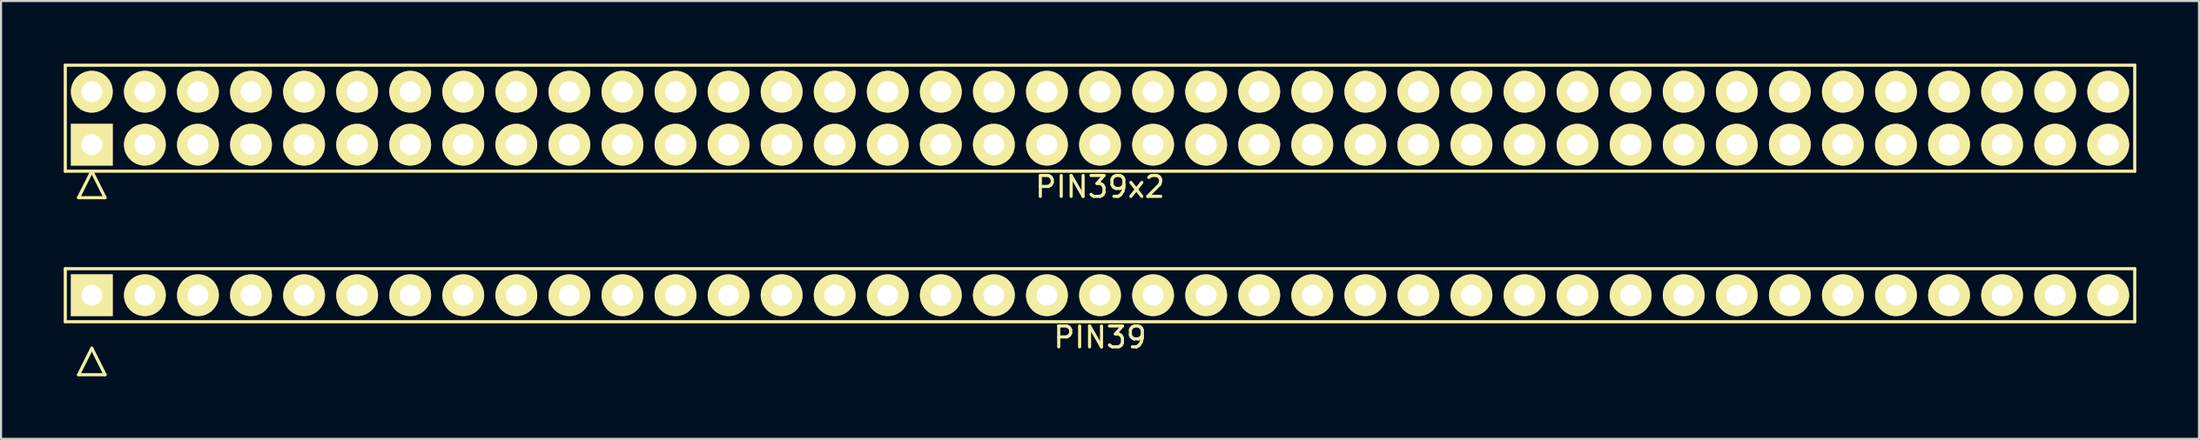
<source format=kicad_pcb>
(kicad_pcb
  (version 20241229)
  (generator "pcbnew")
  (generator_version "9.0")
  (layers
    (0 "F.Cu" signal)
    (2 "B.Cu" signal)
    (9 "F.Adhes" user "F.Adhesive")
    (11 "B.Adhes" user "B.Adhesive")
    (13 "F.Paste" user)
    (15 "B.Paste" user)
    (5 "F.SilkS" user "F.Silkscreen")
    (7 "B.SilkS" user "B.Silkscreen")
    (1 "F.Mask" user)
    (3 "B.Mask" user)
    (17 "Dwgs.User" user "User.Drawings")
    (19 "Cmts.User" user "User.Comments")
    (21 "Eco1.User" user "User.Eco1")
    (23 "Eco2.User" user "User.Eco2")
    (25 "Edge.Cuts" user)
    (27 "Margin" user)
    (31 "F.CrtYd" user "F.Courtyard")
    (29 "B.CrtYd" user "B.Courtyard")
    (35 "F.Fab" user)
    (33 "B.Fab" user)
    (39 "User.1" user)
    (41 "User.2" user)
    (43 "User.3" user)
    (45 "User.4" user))
  (footprint "PIN39"
    (layer "F.Cu")
    (at 49.605 11.098)
    (property "Reference" "PIN39" (at 0 2.02 0) (layer "F.SilkS") (effects (font (size 1 1) (thickness 0.15))))
    (attr through_hole)
    (fp_line (start -49.53 -1.27) (end -49.53 1.27) (stroke (width 0.15) (type solid)) (layer "F.SilkS"))
    (fp_line (start -49.53 1.27) (end 49.53 1.27) (stroke (width 0.15) (type solid)) (layer "F.SilkS"))
    (fp_line (start -48.895 3.81) (end -48.26 2.54) (stroke (width 0.15) (type solid)) (layer "F.SilkS"))
    (fp_line (start -48.895 3.81) (end -47.625 3.81) (stroke (width 0.15) (type solid)) (layer "F.SilkS"))
    (fp_line (start -47.625 3.81) (end -48.26 2.54) (stroke (width 0.15) (type solid)) (layer "F.SilkS"))
    (fp_line (start 49.53 -1.27) (end -49.53 -1.27) (stroke (width 0.15) (type solid)) (layer "F.SilkS"))
    (fp_line (start 49.53 1.27) (end 49.53 -1.27) (stroke (width 0.15) (type solid)) (layer "F.SilkS"))
    (pad "1" thru_hole rect (at -48.26 0) (size 2 2) (drill 1) (layers "*.Cu" "*.Mask" "F.SilkS"))
    (pad "2" thru_hole circle (at -45.72 0) (size 2 2) (drill 1) (layers "*.Cu" "*.Mask" "F.SilkS"))
    (pad "3" thru_hole circle (at -43.18 0) (size 2 2) (drill 1) (layers "*.Cu" "*.Mask" "F.SilkS"))
    (pad "4" thru_hole circle (at -40.64 0) (size 2 2) (drill 1) (layers "*.Cu" "*.Mask" "F.SilkS"))
    (pad "5" thru_hole circle (at -38.1 0) (size 2 2) (drill 1) (layers "*.Cu" "*.Mask" "F.SilkS"))
    (pad "6" thru_hole circle (at -35.56 0) (size 2 2) (drill 1) (layers "*.Cu" "*.Mask" "F.SilkS"))
    (pad "7" thru_hole circle (at -33.02 0) (size 2 2) (drill 1) (layers "*.Cu" "*.Mask" "F.SilkS"))
    (pad "8" thru_hole circle (at -30.48 0) (size 2 2) (drill 1) (layers "*.Cu" "*.Mask" "F.SilkS"))
    (pad "9" thru_hole circle (at -27.94 0) (size 2 2) (drill 1) (layers "*.Cu" "*.Mask" "F.SilkS"))
    (pad "10" thru_hole circle (at -25.4 0) (size 2 2) (drill 1) (layers "*.Cu" "*.Mask" "F.SilkS"))
    (pad "11" thru_hole circle (at -22.86 0) (size 2 2) (drill 1) (layers "*.Cu" "*.Mask" "F.SilkS"))
    (pad "12" thru_hole circle (at -20.32 0) (size 2 2) (drill 1) (layers "*.Cu" "*.Mask" "F.SilkS"))
    (pad "13" thru_hole circle (at -17.78 0) (size 2 2) (drill 1) (layers "*.Cu" "*.Mask" "F.SilkS"))
    (pad "14" thru_hole circle (at -15.24 0) (size 2 2) (drill 1) (layers "*.Cu" "*.Mask" "F.SilkS"))
    (pad "15" thru_hole circle (at -12.7 0) (size 2 2) (drill 1) (layers "*.Cu" "*.Mask" "F.SilkS"))
    (pad "16" thru_hole circle (at -10.16 0) (size 2 2) (drill 1) (layers "*.Cu" "*.Mask" "F.SilkS"))
    (pad "17" thru_hole circle (at -7.62 0) (size 2 2) (drill 1) (layers "*.Cu" "*.Mask" "F.SilkS"))
    (pad "18" thru_hole circle (at -5.08 0) (size 2 2) (drill 1) (layers "*.Cu" "*.Mask" "F.SilkS"))
    (pad "19" thru_hole circle (at -2.54 0) (size 2 2) (drill 1) (layers "*.Cu" "*.Mask" "F.SilkS"))
    (pad "20" thru_hole circle (at 0 0) (size 2 2) (drill 1) (layers "*.Cu" "*.Mask" "F.SilkS"))
    (pad "21" thru_hole circle (at 2.54 0) (size 2 2) (drill 1) (layers "*.Cu" "*.Mask" "F.SilkS"))
    (pad "22" thru_hole circle (at 5.08 0) (size 2 2) (drill 1) (layers "*.Cu" "*.Mask" "F.SilkS"))
    (pad "23" thru_hole circle (at 7.62 0) (size 2 2) (drill 1) (layers "*.Cu" "*.Mask" "F.SilkS"))
    (pad "24" thru_hole circle (at 10.16 0) (size 2 2) (drill 1) (layers "*.Cu" "*.Mask" "F.SilkS"))
    (pad "25" thru_hole circle (at 12.7 0) (size 2 2) (drill 1) (layers "*.Cu" "*.Mask" "F.SilkS"))
    (pad "26" thru_hole circle (at 15.24 0) (size 2 2) (drill 1) (layers "*.Cu" "*.Mask" "F.SilkS"))
    (pad "27" thru_hole circle (at 17.78 0) (size 2 2) (drill 1) (layers "*.Cu" "*.Mask" "F.SilkS"))
    (pad "28" thru_hole circle (at 20.32 0) (size 2 2) (drill 1) (layers "*.Cu" "*.Mask" "F.SilkS"))
    (pad "29" thru_hole circle (at 22.86 0) (size 2 2) (drill 1) (layers "*.Cu" "*.Mask" "F.SilkS"))
    (pad "30" thru_hole circle (at 25.4 0) (size 2 2) (drill 1) (layers "*.Cu" "*.Mask" "F.SilkS"))
    (pad "31" thru_hole circle (at 27.94 0) (size 2 2) (drill 1) (layers "*.Cu" "*.Mask" "F.SilkS"))
    (pad "32" thru_hole circle (at 30.48 0) (size 2 2) (drill 1) (layers "*.Cu" "*.Mask" "F.SilkS"))
    (pad "33" thru_hole circle (at 33.02 0) (size 2 2) (drill 1) (layers "*.Cu" "*.Mask" "F.SilkS"))
    (pad "34" thru_hole circle (at 35.56 0) (size 2 2) (drill 1) (layers "*.Cu" "*.Mask" "F.SilkS"))
    (pad "35" thru_hole circle (at 38.1 0) (size 2 2) (drill 1) (layers "*.Cu" "*.Mask" "F.SilkS"))
    (pad "36" thru_hole circle (at 40.64 0) (size 2 2) (drill 1) (layers "*.Cu" "*.Mask" "F.SilkS"))
    (pad "37" thru_hole circle (at 43.18 0) (size 2 2) (drill 1) (layers "*.Cu" "*.Mask" "F.SilkS"))
    (pad "38" thru_hole circle (at 45.72 0) (size 2 2) (drill 1) (layers "*.Cu" "*.Mask" "F.SilkS"))
    (pad "39" thru_hole circle (at 48.26 0) (size 2 2) (drill 1) (layers "*.Cu" "*.Mask" "F.SilkS")))
  (footprint "PIN39x2"
    (layer "F.Cu")
    (at 49.605 2.615)
    (property "Reference" "PIN39x2" (at 0 3.29 0) (layer "F.SilkS") (effects (font (size 1 1) (thickness 0.15))))
    (attr through_hole)
    (fp_line (start -49.53 -2.54) (end -49.53 2.54) (stroke (width 0.15) (type solid)) (layer "F.SilkS"))
    (fp_line (start -49.53 2.54) (end 49.53 2.54) (stroke (width 0.15) (type solid)) (layer "F.SilkS"))
    (fp_line (start -48.895 3.81) (end -48.26 2.54) (stroke (width 0.15) (type solid)) (layer "F.SilkS"))
    (fp_line (start -48.895 3.81) (end -47.625 3.81) (stroke (width 0.15) (type solid)) (layer "F.SilkS"))
    (fp_line (start -47.625 3.81) (end -48.26 2.54) (stroke (width 0.15) (type solid)) (layer "F.SilkS"))
    (fp_line (start 49.53 -2.54) (end -49.53 -2.54) (stroke (width 0.15) (type solid)) (layer "F.SilkS"))
    (fp_line (start 49.53 2.54) (end 49.53 -2.54) (stroke (width 0.15) (type solid)) (layer "F.SilkS"))
    (pad "1" thru_hole rect (at -48.26 1.27) (size 2 2) (drill 1) (layers "*.Cu" "*.Mask" "F.SilkS"))
    (pad "2" thru_hole circle (at -48.26 -1.27) (size 2 2) (drill 1) (layers "*.Cu" "*.Mask" "F.SilkS"))
    (pad "3" thru_hole circle (at -45.72 1.27) (size 2 2) (drill 1) (layers "*.Cu" "*.Mask" "F.SilkS"))
    (pad "4" thru_hole circle (at -45.72 -1.27) (size 2 2) (drill 1) (layers "*.Cu" "*.Mask" "F.SilkS"))
    (pad "5" thru_hole circle (at -43.18 1.27) (size 2 2) (drill 1) (layers "*.Cu" "*.Mask" "F.SilkS"))
    (pad "6" thru_hole circle (at -43.18 -1.27) (size 2 2) (drill 1) (layers "*.Cu" "*.Mask" "F.SilkS"))
    (pad "7" thru_hole circle (at -40.64 1.27) (size 2 2) (drill 1) (layers "*.Cu" "*.Mask" "F.SilkS"))
    (pad "8" thru_hole circle (at -40.64 -1.27) (size 2 2) (drill 1) (layers "*.Cu" "*.Mask" "F.SilkS"))
    (pad "9" thru_hole circle (at -38.1 1.27) (size 2 2) (drill 1) (layers "*.Cu" "*.Mask" "F.SilkS"))
    (pad "10" thru_hole circle (at -38.1 -1.27) (size 2 2) (drill 1) (layers "*.Cu" "*.Mask" "F.SilkS"))
    (pad "11" thru_hole circle (at -35.56 1.27) (size 2 2) (drill 1) (layers "*.Cu" "*.Mask" "F.SilkS"))
    (pad "12" thru_hole circle (at -35.56 -1.27) (size 2 2) (drill 1) (layers "*.Cu" "*.Mask" "F.SilkS"))
    (pad "13" thru_hole circle (at -33.02 1.27) (size 2 2) (drill 1) (layers "*.Cu" "*.Mask" "F.SilkS"))
    (pad "14" thru_hole circle (at -33.02 -1.27) (size 2 2) (drill 1) (layers "*.Cu" "*.Mask" "F.SilkS"))
    (pad "15" thru_hole circle (at -30.48 1.27) (size 2 2) (drill 1) (layers "*.Cu" "*.Mask" "F.SilkS"))
    (pad "16" thru_hole circle (at -30.48 -1.27) (size 2 2) (drill 1) (layers "*.Cu" "*.Mask" "F.SilkS"))
    (pad "17" thru_hole circle (at -27.94 1.27) (size 2 2) (drill 1) (layers "*.Cu" "*.Mask" "F.SilkS"))
    (pad "18" thru_hole circle (at -27.94 -1.27) (size 2 2) (drill 1) (layers "*.Cu" "*.Mask" "F.SilkS"))
    (pad "19" thru_hole circle (at -25.4 1.27) (size 2 2) (drill 1) (layers "*.Cu" "*.Mask" "F.SilkS"))
    (pad "20" thru_hole circle (at -25.4 -1.27) (size 2 2) (drill 1) (layers "*.Cu" "*.Mask" "F.SilkS"))
    (pad "21" thru_hole circle (at -22.86 1.27) (size 2 2) (drill 1) (layers "*.Cu" "*.Mask" "F.SilkS"))
    (pad "22" thru_hole circle (at -22.86 -1.27) (size 2 2) (drill 1) (layers "*.Cu" "*.Mask" "F.SilkS"))
    (pad "23" thru_hole circle (at -20.32 1.27) (size 2 2) (drill 1) (layers "*.Cu" "*.Mask" "F.SilkS"))
    (pad "24" thru_hole circle (at -20.32 -1.27) (size 2 2) (drill 1) (layers "*.Cu" "*.Mask" "F.SilkS"))
    (pad "25" thru_hole circle (at -17.78 1.27) (size 2 2) (drill 1) (layers "*.Cu" "*.Mask" "F.SilkS"))
    (pad "26" thru_hole circle (at -17.78 -1.27) (size 2 2) (drill 1) (layers "*.Cu" "*.Mask" "F.SilkS"))
    (pad "27" thru_hole circle (at -15.24 1.27) (size 2 2) (drill 1) (layers "*.Cu" "*.Mask" "F.SilkS"))
    (pad "28" thru_hole circle (at -15.24 -1.27) (size 2 2) (drill 1) (layers "*.Cu" "*.Mask" "F.SilkS"))
    (pad "29" thru_hole circle (at -12.7 1.27) (size 2 2) (drill 1) (layers "*.Cu" "*.Mask" "F.SilkS"))
    (pad "30" thru_hole circle (at -12.7 -1.27) (size 2 2) (drill 1) (layers "*.Cu" "*.Mask" "F.SilkS"))
    (pad "31" thru_hole circle (at -10.16 1.27) (size 2 2) (drill 1) (layers "*.Cu" "*.Mask" "F.SilkS"))
    (pad "32" thru_hole circle (at -10.16 -1.27) (size 2 2) (drill 1) (layers "*.Cu" "*.Mask" "F.SilkS"))
    (pad "33" thru_hole circle (at -7.62 1.27) (size 2 2) (drill 1) (layers "*.Cu" "*.Mask" "F.SilkS"))
    (pad "34" thru_hole circle (at -7.62 -1.27) (size 2 2) (drill 1) (layers "*.Cu" "*.Mask" "F.SilkS"))
    (pad "35" thru_hole circle (at -5.08 1.27) (size 2 2) (drill 1) (layers "*.Cu" "*.Mask" "F.SilkS"))
    (pad "36" thru_hole circle (at -5.08 -1.27) (size 2 2) (drill 1) (layers "*.Cu" "*.Mask" "F.SilkS"))
    (pad "37" thru_hole circle (at -2.54 1.27) (size 2 2) (drill 1) (layers "*.Cu" "*.Mask" "F.SilkS"))
    (pad "38" thru_hole circle (at -2.54 -1.27) (size 2 2) (drill 1) (layers "*.Cu" "*.Mask" "F.SilkS"))
    (pad "39" thru_hole circle (at 0 1.27) (size 2 2) (drill 1) (layers "*.Cu" "*.Mask" "F.SilkS"))
    (pad "40" thru_hole circle (at 0 -1.27) (size 2 2) (drill 1) (layers "*.Cu" "*.Mask" "F.SilkS"))
    (pad "41" thru_hole circle (at 2.54 1.27) (size 2 2) (drill 1) (layers "*.Cu" "*.Mask" "F.SilkS"))
    (pad "42" thru_hole circle (at 2.54 -1.27) (size 2 2) (drill 1) (layers "*.Cu" "*.Mask" "F.SilkS"))
    (pad "43" thru_hole circle (at 5.08 1.27) (size 2 2) (drill 1) (layers "*.Cu" "*.Mask" "F.SilkS"))
    (pad "44" thru_hole circle (at 5.08 -1.27) (size 2 2) (drill 1) (layers "*.Cu" "*.Mask" "F.SilkS"))
    (pad "45" thru_hole circle (at 7.62 1.27) (size 2 2) (drill 1) (layers "*.Cu" "*.Mask" "F.SilkS"))
    (pad "46" thru_hole circle (at 7.62 -1.27) (size 2 2) (drill 1) (layers "*.Cu" "*.Mask" "F.SilkS"))
    (pad "47" thru_hole circle (at 10.16 1.27) (size 2 2) (drill 1) (layers "*.Cu" "*.Mask" "F.SilkS"))
    (pad "48" thru_hole circle (at 10.16 -1.27) (size 2 2) (drill 1) (layers "*.Cu" "*.Mask" "F.SilkS"))
    (pad "49" thru_hole circle (at 12.7 1.27) (size 2 2) (drill 1) (layers "*.Cu" "*.Mask" "F.SilkS"))
    (pad "50" thru_hole circle (at 12.7 -1.27) (size 2 2) (drill 1) (layers "*.Cu" "*.Mask" "F.SilkS"))
    (pad "51" thru_hole circle (at 15.24 1.27) (size 2 2) (drill 1) (layers "*.Cu" "*.Mask" "F.SilkS"))
    (pad "52" thru_hole circle (at 15.24 -1.27) (size 2 2) (drill 1) (layers "*.Cu" "*.Mask" "F.SilkS"))
    (pad "53" thru_hole circle (at 17.78 1.27) (size 2 2) (drill 1) (layers "*.Cu" "*.Mask" "F.SilkS"))
    (pad "54" thru_hole circle (at 17.78 -1.27) (size 2 2) (drill 1) (layers "*.Cu" "*.Mask" "F.SilkS"))
    (pad "55" thru_hole circle (at 20.32 1.27) (size 2 2) (drill 1) (layers "*.Cu" "*.Mask" "F.SilkS"))
    (pad "56" thru_hole circle (at 20.32 -1.27) (size 2 2) (drill 1) (layers "*.Cu" "*.Mask" "F.SilkS"))
    (pad "57" thru_hole circle (at 22.86 1.27) (size 2 2) (drill 1) (layers "*.Cu" "*.Mask" "F.SilkS"))
    (pad "58" thru_hole circle (at 22.86 -1.27) (size 2 2) (drill 1) (layers "*.Cu" "*.Mask" "F.SilkS"))
    (pad "59" thru_hole circle (at 25.4 1.27) (size 2 2) (drill 1) (layers "*.Cu" "*.Mask" "F.SilkS"))
    (pad "60" thru_hole circle (at 25.4 -1.27) (size 2 2) (drill 1) (layers "*.Cu" "*.Mask" "F.SilkS"))
    (pad "61" thru_hole circle (at 27.94 1.27) (size 2 2) (drill 1) (layers "*.Cu" "*.Mask" "F.SilkS"))
    (pad "62" thru_hole circle (at 27.94 -1.27) (size 2 2) (drill 1) (layers "*.Cu" "*.Mask" "F.SilkS"))
    (pad "63" thru_hole circle (at 30.48 1.27) (size 2 2) (drill 1) (layers "*.Cu" "*.Mask" "F.SilkS"))
    (pad "64" thru_hole circle (at 30.48 -1.27) (size 2 2) (drill 1) (layers "*.Cu" "*.Mask" "F.SilkS"))
    (pad "65" thru_hole circle (at 33.02 1.27) (size 2 2) (drill 1) (layers "*.Cu" "*.Mask" "F.SilkS"))
    (pad "66" thru_hole circle (at 33.02 -1.27) (size 2 2) (drill 1) (layers "*.Cu" "*.Mask" "F.SilkS"))
    (pad "67" thru_hole circle (at 35.56 1.27) (size 2 2) (drill 1) (layers "*.Cu" "*.Mask" "F.SilkS"))
    (pad "68" thru_hole circle (at 35.56 -1.27) (size 2 2) (drill 1) (layers "*.Cu" "*.Mask" "F.SilkS"))
    (pad "69" thru_hole circle (at 38.1 1.27) (size 2 2) (drill 1) (layers "*.Cu" "*.Mask" "F.SilkS"))
    (pad "70" thru_hole circle (at 38.1 -1.27) (size 2 2) (drill 1) (layers "*.Cu" "*.Mask" "F.SilkS"))
    (pad "71" thru_hole circle (at 40.64 1.27) (size 2 2) (drill 1) (layers "*.Cu" "*.Mask" "F.SilkS"))
    (pad "72" thru_hole circle (at 40.64 -1.27) (size 2 2) (drill 1) (layers "*.Cu" "*.Mask" "F.SilkS"))
    (pad "73" thru_hole circle (at 43.18 1.27) (size 2 2) (drill 1) (layers "*.Cu" "*.Mask" "F.SilkS"))
    (pad "74" thru_hole circle (at 43.18 -1.27) (size 2 2) (drill 1) (layers "*.Cu" "*.Mask" "F.SilkS"))
    (pad "75" thru_hole circle (at 45.72 1.27) (size 2 2) (drill 1) (layers "*.Cu" "*.Mask" "F.SilkS"))
    (pad "76" thru_hole circle (at 45.72 -1.27) (size 2 2) (drill 1) (layers "*.Cu" "*.Mask" "F.SilkS"))
    (pad "77" thru_hole circle (at 48.26 1.27) (size 2 2) (drill 1) (layers "*.Cu" "*.Mask" "F.SilkS"))
    (pad "78" thru_hole circle (at 48.26 -1.27) (size 2 2) (drill 1) (layers "*.Cu" "*.Mask" "F.SilkS")))
  (gr_rect
    (start -3 -3)
    (end 102.21 17.983)
    (stroke (width 0.1) (type default))
    (fill no)
    (layer "Edge.Cuts")))
</source>
